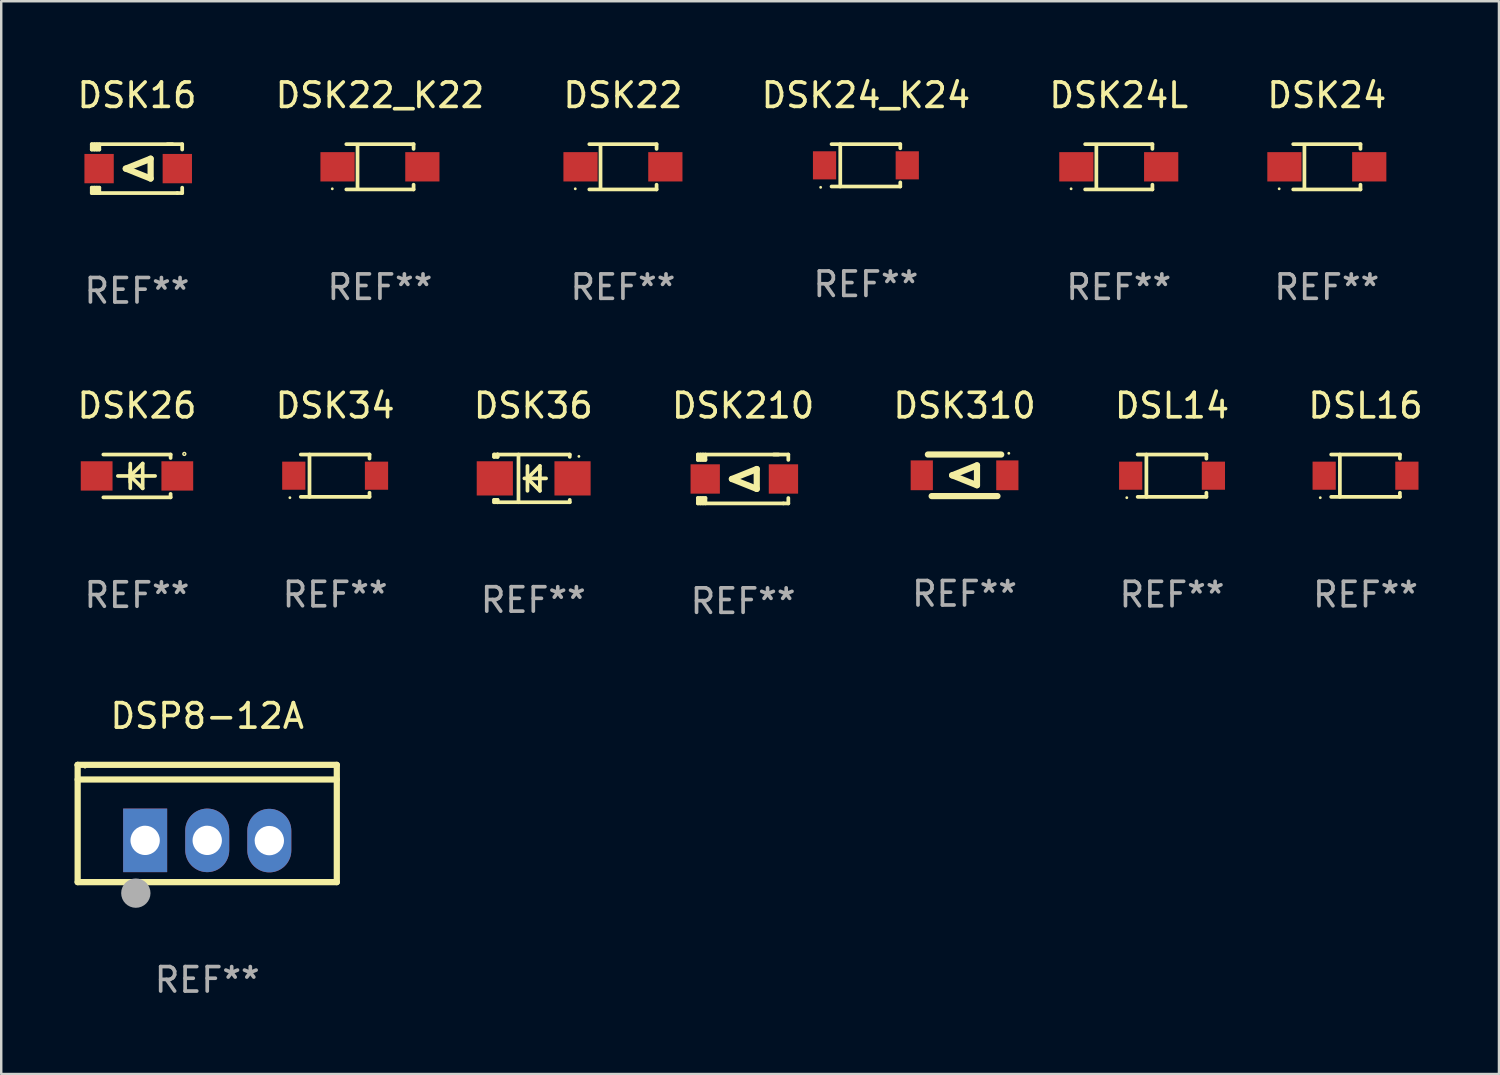
<source format=kicad_pcb>
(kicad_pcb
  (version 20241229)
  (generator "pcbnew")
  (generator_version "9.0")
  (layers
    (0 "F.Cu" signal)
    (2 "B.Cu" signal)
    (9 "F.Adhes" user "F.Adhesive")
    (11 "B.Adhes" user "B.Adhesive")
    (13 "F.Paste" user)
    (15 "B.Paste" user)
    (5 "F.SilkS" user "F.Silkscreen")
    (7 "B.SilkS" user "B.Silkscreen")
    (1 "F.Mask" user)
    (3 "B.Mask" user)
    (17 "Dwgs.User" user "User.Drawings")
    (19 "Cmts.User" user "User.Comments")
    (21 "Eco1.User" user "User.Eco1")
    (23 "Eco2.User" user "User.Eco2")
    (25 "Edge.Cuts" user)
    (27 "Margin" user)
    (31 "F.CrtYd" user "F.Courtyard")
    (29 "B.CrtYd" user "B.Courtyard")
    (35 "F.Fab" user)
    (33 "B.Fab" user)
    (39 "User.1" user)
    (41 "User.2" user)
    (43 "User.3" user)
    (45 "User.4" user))
  (footprint "DSK24L"
    (layer "F.Cu")
    (at 42.72 3.774)
    (property "Reference" "DSK24L" (at 0 -2.926 0) (layer "F.SilkS") (effects (font (size 1 1) (thickness 0.15))))
    (attr through_hole)
    (fp_line (start -1.376 -0.926) (end 1.376 -0.926) (stroke (width 0.152) (type solid)) (layer "F.SilkS"))
    (fp_line (start -1.376 0.926) (end 1.376 0.926) (stroke (width 0.152) (type solid)) (layer "F.SilkS"))
    (fp_line (start -0.917 -0.876) (end -0.917 0.876) (stroke (width 0.152) (type solid)) (layer "F.SilkS"))
    (fp_line (start 1.376 -0.926) (end 1.376 -0.733) (stroke (width 0.152) (type solid)) (layer "F.SilkS"))
    (fp_line (start 1.376 0.926) (end 1.376 0.733) (stroke (width 0.152) (type solid)) (layer "F.SilkS"))
    (fp_circle (center -1.95 0.9) (end -1.92 0.9) (stroke (width 0.06) (type solid)) (fill no) (layer "F.SilkS"))
    (fp_text user "REF**" (at 0 4.926 0) (layer "F.Fab") (effects (font (size 1 1) (thickness 0.15))))
    (pad "1" smd rect (at -1.735 0) (size 1.4 1.2) (layers "F.Cu" "F.Mask" "F.Paste"))
    (pad "2" smd rect (at 1.735 0) (size 1.4 1.2) (layers "F.Cu" "F.Mask" "F.Paste")))
  (footprint "DSK210"
    (layer "F.Cu")
    (at 27.351 16.545)
    (property "Reference" "DSK210" (at 0 -3 0) (layer "F.SilkS") (effects (font (size 1 1) (thickness 0.15))))
    (attr through_hole)
    (fp_line (start -1.85 -1) (end -1.85 -0.78) (stroke (width 0.152) (type solid)) (layer "F.SilkS"))
    (fp_line (start -1.85 0.78) (end -1.85 1) (stroke (width 0.152) (type solid)) (layer "F.SilkS"))
    (fp_line (start -1.85 1) (end 1.65 1) (stroke (width 0.152) (type solid)) (layer "F.SilkS"))
    (fp_line (start -1.741 -0.78) (end -1.741 -1) (stroke (width 0.152) (type solid)) (layer "F.SilkS"))
    (fp_line (start -1.741 1) (end -1.741 0.78) (stroke (width 0.152) (type solid)) (layer "F.SilkS"))
    (fp_line (start -1.641 -1) (end -1.641 -0.78) (stroke (width 0.152) (type solid)) (layer "F.SilkS"))
    (fp_line (start -1.641 0.78) (end -1.641 1) (stroke (width 0.152) (type solid)) (layer "F.SilkS"))
    (fp_line (start -1.541 -1) (end -1.541 -0.78) (stroke (width 0.152) (type solid)) (layer "F.SilkS"))
    (fp_line (start -1.541 -0.78) (end -1.85 -0.78) (stroke (width 0.152) (type solid)) (layer "F.SilkS"))
    (fp_line (start -1.541 0.78) (end -1.85 0.78) (stroke (width 0.152) (type solid)) (layer "F.SilkS"))
    (fp_line (start -1.541 0.78) (end -1.541 1) (stroke (width 0.152) (type solid)) (layer "F.SilkS"))
    (fp_line (start -0.458 0) (end 0.558 -0.406) (stroke (width 0.254) (type solid)) (layer "F.SilkS"))
    (fp_line (start 0.558 -0.406) (end 0.558 0.406) (stroke (width 0.254) (type solid)) (layer "F.SilkS"))
    (fp_line (start 0.558 0.406) (end -0.458 0) (stroke (width 0.254) (type solid)) (layer "F.SilkS"))
    (fp_line (start 1.45 -1) (end -1.85 -1) (stroke (width 0.152) (type solid)) (layer "F.SilkS"))
    (fp_line (start 1.65 1) (end 1.85 1) (stroke (width 0.152) (type solid)) (layer "F.SilkS"))
    (fp_line (start 1.85 -1) (end 1.25 -1) (stroke (width 0.152) (type solid)) (layer "F.SilkS"))
    (fp_line (start 1.85 -0.78) (end 1.85 -1) (stroke (width 0.152) (type solid)) (layer "F.SilkS"))
    (fp_line (start 1.85 1) (end 1.85 0.78) (stroke (width 0.152) (type solid)) (layer "F.SilkS"))
    (fp_circle (center -1.8 0.9) (end -1.77 0.9) (stroke (width 0.06) (type solid)) (fill no) (layer "F.SilkS"))
    (fp_text user "REF**" (at 0 5 0) (layer "F.Fab") (effects (font (size 1 1) (thickness 0.15))))
    (pad "1" smd rect (at -1.55 0.000051) (size 1.2 1.2) (layers "F.Cu" "F.Mask" "F.Paste"))
    (pad "2" smd rect (at 1.65 0.000051) (size 1.2 1.2) (layers "F.Cu" "F.Mask" "F.Paste")))
  (footprint "DSP8-12A"
    (layer "F.Cu")
    (at 5.428 30.64)
    (property "Reference" "DSP8-12A" (at 0 -4.399 0) (layer "F.SilkS") (effects (font (size 1 1) (thickness 0.15))))
    (attr through_hole)
    (fp_line (start -5.301 -2.399) (end 5.301 -2.399) (stroke (width 0.254) (type solid)) (layer "F.SilkS"))
    (fp_line (start -5.301 -2.394) (end -5.301 -2.399) (stroke (width 0.254) (type solid)) (layer "F.SilkS"))
    (fp_line (start -5.301 2.399) (end -5.301 -2.394) (stroke (width 0.254) (type solid)) (layer "F.SilkS"))
    (fp_line (start 5.3 -1.8) (end -5.3 -1.8) (stroke (width 0.254) (type solid)) (layer "F.SilkS"))
    (fp_line (start 5.301 -2.399) (end 5.301 2.399) (stroke (width 0.254) (type solid)) (layer "F.SilkS"))
    (fp_line (start 5.301 2.399) (end -5.301 2.399) (stroke (width 0.254) (type solid)) (layer "F.SilkS"))
    (fp_arc (start -2.769977 3.025032) (mid -2.768707 3.025028) (end -2.767437 3.025032) (stroke (width 0.4) (type solid)) (layer "F.SilkS"))
    (fp_circle (center -5 -2.305) (end -4.97 -2.305) (stroke (width 0.06) (type solid)) (fill no) (layer "F.SilkS"))
    (fp_circle (center -2.921 2.849) (end -2.621 2.849) (stroke (width 0.6) (type solid)) (fill no) (layer "F.Fab"))
    (fp_text user "REF**" (at 0 6.399 0) (layer "F.Fab") (effects (font (size 1 1) (thickness 0.15))))
    (pad "1" thru_hole rect (at -2.54 0.69) (size 1.8 2.6) (drill 1.2) (layers "*.Cu" "*.Mask"))
    (pad "2" thru_hole oval (at 0 0.69) (size 1.8 2.6) (drill 1.2) (layers "*.Cu" "*.Mask"))
    (pad "3" thru_hole oval (at 2.54 0.7) (size 1.8 2.6) (drill 1.2) (layers "*.Cu" "*.Mask")))
  (footprint "DSK16"
    (layer "F.Cu")
    (at 2.554 3.848)
    (property "Reference" "DSK16" (at 0 -3 0) (layer "F.SilkS") (effects (font (size 1 1) (thickness 0.15))))
    (attr through_hole)
    (fp_line (start -1.85 -1) (end -1.85 -0.78) (stroke (width 0.152) (type solid)) (layer "F.SilkS"))
    (fp_line (start -1.85 0.78) (end -1.85 1) (stroke (width 0.152) (type solid)) (layer "F.SilkS"))
    (fp_line (start -1.85 1) (end 1.65 1) (stroke (width 0.152) (type solid)) (layer "F.SilkS"))
    (fp_line (start -1.741 -0.78) (end -1.741 -1) (stroke (width 0.152) (type solid)) (layer "F.SilkS"))
    (fp_line (start -1.741 1) (end -1.741 0.78) (stroke (width 0.152) (type solid)) (layer "F.SilkS"))
    (fp_line (start -1.641 -1) (end -1.641 -0.78) (stroke (width 0.152) (type solid)) (layer "F.SilkS"))
    (fp_line (start -1.641 0.78) (end -1.641 1) (stroke (width 0.152) (type solid)) (layer "F.SilkS"))
    (fp_line (start -1.541 -1) (end -1.541 -0.78) (stroke (width 0.152) (type solid)) (layer "F.SilkS"))
    (fp_line (start -1.541 -0.78) (end -1.85 -0.78) (stroke (width 0.152) (type solid)) (layer "F.SilkS"))
    (fp_line (start -1.541 0.78) (end -1.85 0.78) (stroke (width 0.152) (type solid)) (layer "F.SilkS"))
    (fp_line (start -1.541 0.78) (end -1.541 1) (stroke (width 0.152) (type solid)) (layer "F.SilkS"))
    (fp_line (start -0.458 0) (end 0.558 -0.406) (stroke (width 0.254) (type solid)) (layer "F.SilkS"))
    (fp_line (start 0.558 -0.406) (end 0.558 0.406) (stroke (width 0.254) (type solid)) (layer "F.SilkS"))
    (fp_line (start 0.558 0.406) (end -0.458 0) (stroke (width 0.254) (type solid)) (layer "F.SilkS"))
    (fp_line (start 1.45 -1) (end -1.85 -1) (stroke (width 0.152) (type solid)) (layer "F.SilkS"))
    (fp_line (start 1.65 1) (end 1.85 1) (stroke (width 0.152) (type solid)) (layer "F.SilkS"))
    (fp_line (start 1.85 -1) (end 1.25 -1) (stroke (width 0.152) (type solid)) (layer "F.SilkS"))
    (fp_line (start 1.85 -0.78) (end 1.85 -1) (stroke (width 0.152) (type solid)) (layer "F.SilkS"))
    (fp_line (start 1.85 1) (end 1.85 0.78) (stroke (width 0.152) (type solid)) (layer "F.SilkS"))
    (fp_circle (center -1.8 0.9) (end -1.77 0.9) (stroke (width 0.06) (type solid)) (fill no) (layer "F.SilkS"))
    (fp_text user "REF**" (at 0 5 0) (layer "F.Fab") (effects (font (size 1 1) (thickness 0.15))))
    (pad "1" smd rect (at -1.55 0.000051) (size 1.2 1.2) (layers "F.Cu" "F.Mask" "F.Paste"))
    (pad "2" smd rect (at 1.65 0.000051) (size 1.2 1.2) (layers "F.Cu" "F.Mask" "F.Paste")))
  (footprint "DSK24_K24"
    (layer "F.Cu")
    (at 32.375 3.714)
    (property "Reference" "DSK24_K24" (at 0 -2.866 0) (layer "F.SilkS") (effects (font (size 1 1) (thickness 0.15))))
    (attr through_hole)
    (fp_line (start -1.406 -0.866) (end 1.406 -0.866) (stroke (width 0.152) (type solid)) (layer "F.SilkS"))
    (fp_line (start -1.406 0.866) (end 1.406 0.866) (stroke (width 0.152) (type solid)) (layer "F.SilkS"))
    (fp_line (start -1.049 -0.866) (end -1.049 0.866) (stroke (width 0.152) (type solid)) (layer "F.SilkS"))
    (fp_line (start 1.406 -0.866) (end 1.406 -0.698) (stroke (width 0.152) (type solid)) (layer "F.SilkS"))
    (fp_line (start 1.406 0.866) (end 1.406 0.698) (stroke (width 0.152) (type solid)) (layer "F.SilkS"))
    (fp_circle (center -1.851 0.9) (end -1.821 0.9) (stroke (width 0.06) (type solid)) (fill no) (layer "F.SilkS"))
    (fp_text user "REF**" (at 0 4.866 0) (layer "F.Fab") (effects (font (size 1 1) (thickness 0.15))))
    (pad "1" smd rect (at -1.692 0) (size 0.95 1.15) (layers "F.Cu" "F.Mask" "F.Paste"))
    (pad "2" smd rect (at 1.692 0) (size 0.95 1.15) (layers "F.Cu" "F.Mask" "F.Paste")))
  (footprint "DSK24"
    (layer "F.Cu")
    (at 51.232 3.774)
    (property "Reference" "DSK24" (at 0 -2.926 0) (layer "F.SilkS") (effects (font (size 1 1) (thickness 0.15))))
    (attr through_hole)
    (fp_line (start -1.376 -0.926) (end 1.376 -0.926) (stroke (width 0.152) (type solid)) (layer "F.SilkS"))
    (fp_line (start -1.376 0.926) (end 1.376 0.926) (stroke (width 0.152) (type solid)) (layer "F.SilkS"))
    (fp_line (start -0.917 -0.876) (end -0.917 0.876) (stroke (width 0.152) (type solid)) (layer "F.SilkS"))
    (fp_line (start 1.376 -0.926) (end 1.376 -0.733) (stroke (width 0.152) (type solid)) (layer "F.SilkS"))
    (fp_line (start 1.376 0.926) (end 1.376 0.733) (stroke (width 0.152) (type solid)) (layer "F.SilkS"))
    (fp_circle (center -1.95 0.9) (end -1.92 0.9) (stroke (width 0.06) (type solid)) (fill no) (layer "F.SilkS"))
    (fp_text user "REF**" (at 0 4.926 0) (layer "F.Fab") (effects (font (size 1 1) (thickness 0.15))))
    (pad "1" smd rect (at -1.735 0) (size 1.4 1.2) (layers "F.Cu" "F.Mask" "F.Paste"))
    (pad "2" smd rect (at 1.735 0) (size 1.4 1.2) (layers "F.Cu" "F.Mask" "F.Paste")))
  (footprint "DSK34"
    (layer "F.Cu")
    (at 10.661 16.411)
    (property "Reference" "DSK34" (at 0 -2.866 0) (layer "F.SilkS") (effects (font (size 1 1) (thickness 0.15))))
    (attr through_hole)
    (fp_line (start -1.406 -0.866) (end 1.406 -0.866) (stroke (width 0.152) (type solid)) (layer "F.SilkS"))
    (fp_line (start -1.406 0.866) (end 1.406 0.866) (stroke (width 0.152) (type solid)) (layer "F.SilkS"))
    (fp_line (start -1.049 -0.866) (end -1.049 0.866) (stroke (width 0.152) (type solid)) (layer "F.SilkS"))
    (fp_line (start 1.406 -0.866) (end 1.406 -0.698) (stroke (width 0.152) (type solid)) (layer "F.SilkS"))
    (fp_line (start 1.406 0.866) (end 1.406 0.698) (stroke (width 0.152) (type solid)) (layer "F.SilkS"))
    (fp_circle (center -1.851 0.9) (end -1.821 0.9) (stroke (width 0.06) (type solid)) (fill no) (layer "F.SilkS"))
    (fp_text user "REF**" (at 0 4.866 0) (layer "F.Fab") (effects (font (size 1 1) (thickness 0.15))))
    (pad "1" smd rect (at -1.692 0) (size 0.95 1.15) (layers "F.Cu" "F.Mask" "F.Paste"))
    (pad "2" smd rect (at 1.692 0) (size 0.95 1.15) (layers "F.Cu" "F.Mask" "F.Paste")))
  (footprint "DSL14"
    (layer "F.Cu")
    (at 44.899 16.411)
    (property "Reference" "DSL14" (at 0 -2.866 0) (layer "F.SilkS") (effects (font (size 1 1) (thickness 0.15))))
    (attr through_hole)
    (fp_line (start -1.406 -0.866) (end 1.406 -0.866) (stroke (width 0.152) (type solid)) (layer "F.SilkS"))
    (fp_line (start -1.406 0.866) (end 1.406 0.866) (stroke (width 0.152) (type solid)) (layer "F.SilkS"))
    (fp_line (start -1.049 -0.866) (end -1.049 0.866) (stroke (width 0.152) (type solid)) (layer "F.SilkS"))
    (fp_line (start 1.406 -0.866) (end 1.406 -0.698) (stroke (width 0.152) (type solid)) (layer "F.SilkS"))
    (fp_line (start 1.406 0.866) (end 1.406 0.698) (stroke (width 0.152) (type solid)) (layer "F.SilkS"))
    (fp_circle (center -1.851 0.9) (end -1.821 0.9) (stroke (width 0.06) (type solid)) (fill no) (layer "F.SilkS"))
    (fp_text user "REF**" (at 0 4.866 0) (layer "F.Fab") (effects (font (size 1 1) (thickness 0.15))))
    (pad "1" smd rect (at -1.692 0) (size 0.95 1.15) (layers "F.Cu" "F.Mask" "F.Paste"))
    (pad "2" smd rect (at 1.692 0) (size 0.95 1.15) (layers "F.Cu" "F.Mask" "F.Paste")))
  (footprint "DSK36"
    (layer "F.Cu")
    (at 18.768 16.521)
    (property "Reference" "DSK36" (at 0 -2.976 0) (layer "F.SilkS") (effects (font (size 1 1) (thickness 0.15))))
    (attr through_hole)
    (fp_line (start -1.605 -0.976) (end -1.461 -0.976) (stroke (width 0.152) (type solid)) (layer "F.SilkS"))
    (fp_line (start -1.605 -0.88) (end -1.605 -0.976) (stroke (width 0.152) (type solid)) (layer "F.SilkS"))
    (fp_line (start -1.605 -0.88) (end -1.461 -0.88) (stroke (width 0.152) (type solid)) (layer "F.SilkS"))
    (fp_line (start -1.605 0.88) (end -1.461 0.88) (stroke (width 0.152) (type solid)) (layer "F.SilkS"))
    (fp_line (start -1.605 0.976) (end -1.605 0.88) (stroke (width 0.152) (type solid)) (layer "F.SilkS"))
    (fp_line (start -1.461 -0.976) (end -1.461 -0.976) (stroke (width 0.152) (type solid)) (layer "F.SilkS"))
    (fp_line (start -1.461 -0.976) (end -1.461 -0.88) (stroke (width 0.152) (type solid)) (layer "F.SilkS"))
    (fp_line (start -1.461 0.88) (end -1.461 0.976) (stroke (width 0.152) (type solid)) (layer "F.SilkS"))
    (fp_line (start -1.461 0.976) (end -1.605 0.976) (stroke (width 0.152) (type solid)) (layer "F.SilkS"))
    (fp_line (start -0.606 0.976) (end -0.606 -0.976) (stroke (width 0.152) (type solid)) (layer "F.SilkS"))
    (fp_line (start -0.239 0.508) (end -0.239 -0.508) (stroke (width 0.152) (type solid)) (layer "F.SilkS"))
    (fp_line (start -0.194 0) (end -0.194 0.045) (stroke (width 0.152) (type solid)) (layer "F.SilkS"))
    (fp_line (start -0.194 0.045) (end 0.269 0.508) (stroke (width 0.152) (type solid)) (layer "F.SilkS"))
    (fp_line (start 0.269 -0.508) (end -0.239 0) (stroke (width 0.152) (type solid)) (layer "F.SilkS"))
    (fp_line (start 0.269 -0.381) (end 0.269 -0.508) (stroke (width 0.152) (type solid)) (layer "F.SilkS"))
    (fp_line (start 0.269 0.508) (end 0.269 -0.381) (stroke (width 0.152) (type solid)) (layer "F.SilkS"))
    (fp_line (start 0.523 0) (end -0.366 0) (stroke (width 0.152) (type solid)) (layer "F.SilkS"))
    (fp_line (start 1.491 -0.976) (end -1.461 -0.976) (stroke (width 0.152) (type solid)) (layer "F.SilkS"))
    (fp_line (start 1.491 -0.88) (end 1.491 -0.976) (stroke (width 0.152) (type solid)) (layer "F.SilkS"))
    (fp_line (start 1.491 0.976) (end -1.461 0.976) (stroke (width 0.152) (type solid)) (layer "F.SilkS"))
    (fp_line (start 1.491 0.976) (end 1.491 0.88) (stroke (width 0.152) (type solid)) (layer "F.SilkS"))
    (fp_circle (center 1.865 -0.9) (end 1.895 -0.9) (stroke (width 0.06) (type solid)) (fill no) (layer "F.SilkS"))
    (fp_text user "REF**" (at 0 4.976 0) (layer "F.Fab") (effects (font (size 1 1) (thickness 0.15))))
    (pad "1" smd rect (at 1.605 0 180) (size 1.48 1.4) (layers "F.Cu" "F.Mask" "F.Paste"))
    (pad "2" smd rect (at -1.575 0 180) (size 1.48 1.4) (layers "F.Cu" "F.Mask" "F.Paste")))
  (footprint "DSK22"
    (layer "F.Cu")
    (at 22.435 3.774)
    (property "Reference" "DSK22" (at 0 -2.926 0) (layer "F.SilkS") (effects (font (size 1 1) (thickness 0.15))))
    (attr through_hole)
    (fp_line (start -1.376 -0.926) (end 1.376 -0.926) (stroke (width 0.152) (type solid)) (layer "F.SilkS"))
    (fp_line (start -1.376 0.926) (end 1.376 0.926) (stroke (width 0.152) (type solid)) (layer "F.SilkS"))
    (fp_line (start -0.917 -0.876) (end -0.917 0.876) (stroke (width 0.152) (type solid)) (layer "F.SilkS"))
    (fp_line (start 1.376 -0.926) (end 1.376 -0.733) (stroke (width 0.152) (type solid)) (layer "F.SilkS"))
    (fp_line (start 1.376 0.926) (end 1.376 0.733) (stroke (width 0.152) (type solid)) (layer "F.SilkS"))
    (fp_circle (center -1.95 0.9) (end -1.92 0.9) (stroke (width 0.06) (type solid)) (fill no) (layer "F.SilkS"))
    (fp_text user "REF**" (at 0 4.926 0) (layer "F.Fab") (effects (font (size 1 1) (thickness 0.15))))
    (pad "1" smd rect (at -1.735 0) (size 1.4 1.2) (layers "F.Cu" "F.Mask" "F.Paste"))
    (pad "2" smd rect (at 1.735 0) (size 1.4 1.2) (layers "F.Cu" "F.Mask" "F.Paste")))
  (footprint "DSK22_K22"
    (layer "F.Cu")
    (at 12.494 3.774)
    (property "Reference" "DSK22_K22" (at 0 -2.926 0) (layer "F.SilkS") (effects (font (size 1 1) (thickness 0.15))))
    (attr through_hole)
    (fp_line (start -1.376 -0.926) (end 1.376 -0.926) (stroke (width 0.152) (type solid)) (layer "F.SilkS"))
    (fp_line (start -1.376 0.926) (end 1.376 0.926) (stroke (width 0.152) (type solid)) (layer "F.SilkS"))
    (fp_line (start -0.917 -0.876) (end -0.917 0.876) (stroke (width 0.152) (type solid)) (layer "F.SilkS"))
    (fp_line (start 1.376 -0.926) (end 1.376 -0.733) (stroke (width 0.152) (type solid)) (layer "F.SilkS"))
    (fp_line (start 1.376 0.926) (end 1.376 0.733) (stroke (width 0.152) (type solid)) (layer "F.SilkS"))
    (fp_circle (center -1.95 0.9) (end -1.92 0.9) (stroke (width 0.06) (type solid)) (fill no) (layer "F.SilkS"))
    (fp_text user "REF**" (at 0 4.926 0) (layer "F.Fab") (effects (font (size 1 1) (thickness 0.15))))
    (pad "1" smd rect (at -1.735 0) (size 1.4 1.2) (layers "F.Cu" "F.Mask" "F.Paste"))
    (pad "2" smd rect (at 1.735 0) (size 1.4 1.2) (layers "F.Cu" "F.Mask" "F.Paste")))
  (footprint "DSK26"
    (layer "F.Cu")
    (at 2.554 16.421)
    (property "Reference" "DSK26" (at 0 -2.876 0) (layer "F.SilkS") (effects (font (size 1 1) (thickness 0.15))))
    (attr through_hole)
    (fp_line (start -1.376 -0.876) (end 1.376 -0.876) (stroke (width 0.152) (type solid)) (layer "F.SilkS"))
    (fp_line (start -1.376 0.876) (end 1.376 0.876) (stroke (width 0.152) (type solid)) (layer "F.SilkS"))
    (fp_line (start -0.782 0) (end 0.742 0) (stroke (width 0.15) (type solid)) (layer "F.SilkS"))
    (fp_line (start -0.274 -0.508) (end -0.274 0.508) (stroke (width 0.15) (type solid)) (layer "F.SilkS"))
    (fp_line (start -0.274 0) (end 0.234 -0.508) (stroke (width 0.15) (type solid)) (layer "F.SilkS"))
    (fp_line (start -0.274 0) (end 0.234 0.508) (stroke (width 0.15) (type solid)) (layer "F.SilkS"))
    (fp_line (start -0.274 0.254) (end -0.274 -0.254) (stroke (width 0.15) (type solid)) (layer "F.SilkS"))
    (fp_line (start 0.234 0.508) (end 0.234 -0.508) (stroke (width 0.15) (type solid)) (layer "F.SilkS"))
    (fp_line (start 1.376 -0.876) (end 1.375 -0.735) (stroke (width 0.152) (type solid)) (layer "F.SilkS"))
    (fp_line (start 1.376 0.876) (end 1.375 0.735) (stroke (width 0.152) (type solid)) (layer "F.SilkS"))
    (fp_circle (center 1.937 -0.9) (end 1.966 -0.9) (stroke (width 0.06) (type solid)) (fill no) (layer "F.SilkS"))
    (fp_text user "REF**" (at 0 4.876 0) (layer "F.Fab") (effects (font (size 1 1) (thickness 0.15))))
    (pad "1" smd rect (at 1.65 0 180) (size 1.3 1.2) (layers "F.Cu" "F.Mask" "F.Paste"))
    (pad "2" smd rect (at -1.65 0 180) (size 1.3 1.2) (layers "F.Cu" "F.Mask" "F.Paste")))
  (footprint "DSL16"
    (layer "F.Cu")
    (at 52.815 16.411)
    (property "Reference" "DSL16" (at 0 -2.866 0) (layer "F.SilkS") (effects (font (size 1 1) (thickness 0.15))))
    (attr through_hole)
    (fp_line (start -1.406 -0.866) (end 1.406 -0.866) (stroke (width 0.152) (type solid)) (layer "F.SilkS"))
    (fp_line (start -1.406 0.866) (end 1.406 0.866) (stroke (width 0.152) (type solid)) (layer "F.SilkS"))
    (fp_line (start -1.049 -0.866) (end -1.049 0.866) (stroke (width 0.152) (type solid)) (layer "F.SilkS"))
    (fp_line (start 1.406 -0.866) (end 1.406 -0.698) (stroke (width 0.152) (type solid)) (layer "F.SilkS"))
    (fp_line (start 1.406 0.866) (end 1.406 0.698) (stroke (width 0.152) (type solid)) (layer "F.SilkS"))
    (fp_circle (center -1.851 0.9) (end -1.821 0.9) (stroke (width 0.06) (type solid)) (fill no) (layer "F.SilkS"))
    (fp_text user "REF**" (at 0 4.866 0) (layer "F.Fab") (effects (font (size 1 1) (thickness 0.15))))
    (pad "1" smd rect (at -1.692 0) (size 0.95 1.15) (layers "F.Cu" "F.Mask" "F.Paste"))
    (pad "2" smd rect (at 1.692 0) (size 0.95 1.15) (layers "F.Cu" "F.Mask" "F.Paste")))
  (footprint "DSK310"
    (layer "F.Cu")
    (at 36.411 16.395)
    (property "Reference" "DSK310" (at 0 -2.85 0) (layer "F.SilkS") (effects (font (size 1 1) (thickness 0.15))))
    (attr through_hole)
    (fp_line (start -1.5 -0.85) (end 1.5 -0.85) (stroke (width 0.254) (type solid)) (layer "F.SilkS"))
    (fp_line (start -0.508 0) (end 0.508 -0.406) (stroke (width 0.254) (type solid)) (layer "F.SilkS"))
    (fp_line (start 0.508 -0.406) (end 0.508 0.406) (stroke (width 0.254) (type solid)) (layer "F.SilkS"))
    (fp_line (start 0.508 0.406) (end -0.508 0) (stroke (width 0.254) (type solid)) (layer "F.SilkS"))
    (fp_line (start 1.346 0.85) (end -1.346 0.85) (stroke (width 0.254) (type solid)) (layer "F.SilkS"))
    (fp_circle (center 1.81 -0.9) (end 1.84 -0.9) (stroke (width 0.06) (type solid)) (fill no) (layer "F.SilkS"))
    (fp_text user "REF**" (at 0 4.85 0) (layer "F.Fab") (effects (font (size 1 1) (thickness 0.15))))
    (pad "1" smd rect (at 1.75 0) (size 0.909 1.219) (layers "F.Cu" "F.Mask" "F.Paste"))
    (pad "2" smd rect (at -1.75 0) (size 0.909 1.219) (layers "F.Cu" "F.Mask" "F.Paste")))
  (gr_rect
    (start -3 -3)
    (end 58.274 40.888)
    (stroke (width 0.1) (type default))
    (fill no)
    (layer "Edge.Cuts")))
</source>
